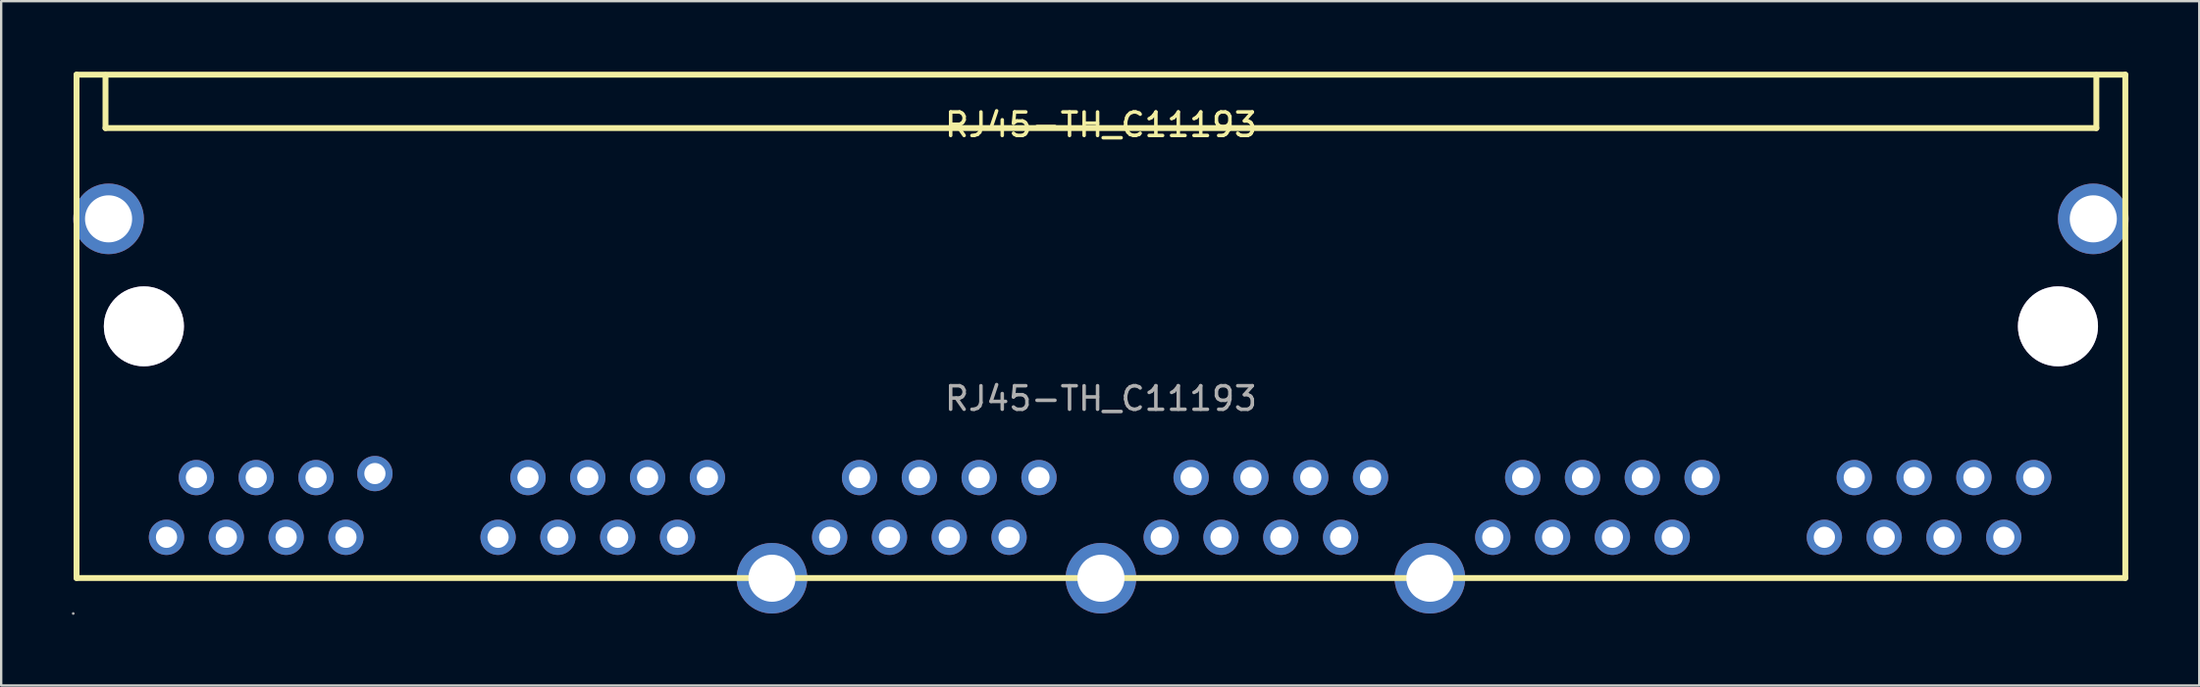
<source format=kicad_pcb>
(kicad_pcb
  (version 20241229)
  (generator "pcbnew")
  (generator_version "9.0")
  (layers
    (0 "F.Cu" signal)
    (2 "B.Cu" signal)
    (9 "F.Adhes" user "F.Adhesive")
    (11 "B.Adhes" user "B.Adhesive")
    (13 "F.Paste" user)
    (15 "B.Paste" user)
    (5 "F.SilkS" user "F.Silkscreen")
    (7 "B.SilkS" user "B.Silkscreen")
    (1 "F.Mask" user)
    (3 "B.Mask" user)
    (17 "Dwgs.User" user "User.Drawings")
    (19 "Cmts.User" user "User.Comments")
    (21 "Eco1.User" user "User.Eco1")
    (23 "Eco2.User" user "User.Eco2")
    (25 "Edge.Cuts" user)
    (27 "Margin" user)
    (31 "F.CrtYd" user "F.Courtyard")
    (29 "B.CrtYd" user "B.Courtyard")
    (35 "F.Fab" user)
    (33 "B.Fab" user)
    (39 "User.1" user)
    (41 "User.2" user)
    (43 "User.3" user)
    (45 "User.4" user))
  (footprint "RJ45-TH_C11193"
    (layer "F.Cu")
    (at 43.7 13.895)
    (property "Reference" "RJ45-TH_C11193" (at 0 -11.64 0) (layer "F.SilkS") (effects (font (size 1 1) (thickness 0.15))))
    (attr through_hole)
    (fp_line (start -43.5 -13.77) (end -43.5 7.63) (stroke (width 0.25) (type solid)) (layer "F.SilkS"))
    (fp_line (start -43.5 -13.77) (end 43.5 -13.77) (stroke (width 0.25) (type solid)) (layer "F.SilkS"))
    (fp_line (start -42.27 -13.75) (end -42.27 -11.5) (stroke (width 0.25) (type solid)) (layer "F.SilkS"))
    (fp_line (start -42.27 -11.5) (end 42.27 -11.5) (stroke (width 0.25) (type solid)) (layer "F.SilkS"))
    (fp_line (start 42.27 -13.75) (end 42.27 -11.5) (stroke (width 0.25) (type solid)) (layer "F.SilkS"))
    (fp_line (start 43.5 7.63) (end -43.5 7.63) (stroke (width 0.25) (type solid)) (layer "F.SilkS"))
    (fp_line (start 43.5 7.63) (end 43.5 -13.77) (stroke (width 0.25) (type solid)) (layer "F.SilkS"))
    (fp_circle (center -43.64 9.14) (end -43.61 9.14) (stroke (width 0.06) (type solid)) (fill no) (layer "F.Fab"))
    (fp_circle (center -42.14 -7.64) (end -41.69 -7.64) (stroke (width 0.9) (type solid)) (fill no) (layer "F.Fab"))
    (fp_circle (center -40.64 -3.07) (end -39.84 -3.07) (stroke (width 1.6) (type solid)) (fill no) (layer "F.Fab"))
    (fp_circle (center -39.68 5.9) (end -39.5 5.9) (stroke (width 0.35) (type solid)) (fill no) (layer "F.Fab"))
    (fp_circle (center -38.41 3.36) (end -38.23 3.36) (stroke (width 0.35) (type solid)) (fill no) (layer "F.Fab"))
    (fp_circle (center -37.14 5.9) (end -36.96 5.9) (stroke (width 0.35) (type solid)) (fill no) (layer "F.Fab"))
    (fp_circle (center -35.87 3.36) (end -35.69 3.36) (stroke (width 0.35) (type solid)) (fill no) (layer "F.Fab"))
    (fp_circle (center -34.6 5.9) (end -34.42 5.9) (stroke (width 0.35) (type solid)) (fill no) (layer "F.Fab"))
    (fp_circle (center -33.33 3.36) (end -33.15 3.36) (stroke (width 0.35) (type solid)) (fill no) (layer "F.Fab"))
    (fp_circle (center -32.06 5.9) (end -31.88 5.9) (stroke (width 0.35) (type solid)) (fill no) (layer "F.Fab"))
    (fp_circle (center -30.83 3.19) (end -30.65 3.19) (stroke (width 0.35) (type solid)) (fill no) (layer "F.Fab"))
    (fp_circle (center -25.6 5.9) (end -25.42 5.9) (stroke (width 0.35) (type solid)) (fill no) (layer "F.Fab"))
    (fp_circle (center -24.33 3.36) (end -24.15 3.36) (stroke (width 0.35) (type solid)) (fill no) (layer "F.Fab"))
    (fp_circle (center -23.06 5.9) (end -22.88 5.9) (stroke (width 0.35) (type solid)) (fill no) (layer "F.Fab"))
    (fp_circle (center -21.79 3.36) (end -21.61 3.36) (stroke (width 0.35) (type solid)) (fill no) (layer "F.Fab"))
    (fp_circle (center -20.52 5.9) (end -20.34 5.9) (stroke (width 0.35) (type solid)) (fill no) (layer "F.Fab"))
    (fp_circle (center -19.25 3.36) (end -19.07 3.36) (stroke (width 0.35) (type solid)) (fill no) (layer "F.Fab"))
    (fp_circle (center -17.98 5.9) (end -17.8 5.9) (stroke (width 0.35) (type solid)) (fill no) (layer "F.Fab"))
    (fp_circle (center -16.71 3.36) (end -16.53 3.36) (stroke (width 0.35) (type solid)) (fill no) (layer "F.Fab"))
    (fp_circle (center -13.97 7.64) (end -13.52 7.64) (stroke (width 0.9) (type solid)) (fill no) (layer "F.Fab"))
    (fp_circle (center -11.52 5.9) (end -11.34 5.9) (stroke (width 0.35) (type solid)) (fill no) (layer "F.Fab"))
    (fp_circle (center -10.25 3.36) (end -10.07 3.36) (stroke (width 0.35) (type solid)) (fill no) (layer "F.Fab"))
    (fp_circle (center -8.98 5.9) (end -8.8 5.9) (stroke (width 0.35) (type solid)) (fill no) (layer "F.Fab"))
    (fp_circle (center -7.71 3.36) (end -7.53 3.36) (stroke (width 0.35) (type solid)) (fill no) (layer "F.Fab"))
    (fp_circle (center -6.44 5.9) (end -6.26 5.9) (stroke (width 0.35) (type solid)) (fill no) (layer "F.Fab"))
    (fp_circle (center -5.17 3.36) (end -4.99 3.36) (stroke (width 0.35) (type solid)) (fill no) (layer "F.Fab"))
    (fp_circle (center -3.9 5.9) (end -3.72 5.9) (stroke (width 0.35) (type solid)) (fill no) (layer "F.Fab"))
    (fp_circle (center -2.63 3.36) (end -2.45 3.36) (stroke (width 0.35) (type solid)) (fill no) (layer "F.Fab"))
    (fp_circle (center 0 7.64) (end 0.45 7.64) (stroke (width 0.9) (type solid)) (fill no) (layer "F.Fab"))
    (fp_circle (center 2.56 5.9) (end 2.74 5.9) (stroke (width 0.35) (type solid)) (fill no) (layer "F.Fab"))
    (fp_circle (center 3.83 3.36) (end 4.01 3.36) (stroke (width 0.35) (type solid)) (fill no) (layer "F.Fab"))
    (fp_circle (center 5.1 5.9) (end 5.28 5.9) (stroke (width 0.35) (type solid)) (fill no) (layer "F.Fab"))
    (fp_circle (center 6.37 3.36) (end 6.55 3.36) (stroke (width 0.35) (type solid)) (fill no) (layer "F.Fab"))
    (fp_circle (center 7.64 5.9) (end 7.82 5.9) (stroke (width 0.35) (type solid)) (fill no) (layer "F.Fab"))
    (fp_circle (center 8.91 3.36) (end 9.09 3.36) (stroke (width 0.35) (type solid)) (fill no) (layer "F.Fab"))
    (fp_circle (center 10.18 5.9) (end 10.36 5.9) (stroke (width 0.35) (type solid)) (fill no) (layer "F.Fab"))
    (fp_circle (center 11.45 3.36) (end 11.63 3.36) (stroke (width 0.35) (type solid)) (fill no) (layer "F.Fab"))
    (fp_circle (center 13.97 7.64) (end 14.42 7.64) (stroke (width 0.9) (type solid)) (fill no) (layer "F.Fab"))
    (fp_circle (center 16.64 5.9) (end 16.82 5.9) (stroke (width 0.35) (type solid)) (fill no) (layer "F.Fab"))
    (fp_circle (center 17.91 3.36) (end 18.09 3.36) (stroke (width 0.35) (type solid)) (fill no) (layer "F.Fab"))
    (fp_circle (center 19.18 5.9) (end 19.36 5.9) (stroke (width 0.35) (type solid)) (fill no) (layer "F.Fab"))
    (fp_circle (center 20.45 3.36) (end 20.63 3.36) (stroke (width 0.35) (type solid)) (fill no) (layer "F.Fab"))
    (fp_circle (center 21.72 5.9) (end 21.9 5.9) (stroke (width 0.35) (type solid)) (fill no) (layer "F.Fab"))
    (fp_circle (center 22.99 3.36) (end 23.17 3.36) (stroke (width 0.35) (type solid)) (fill no) (layer "F.Fab"))
    (fp_circle (center 24.26 5.9) (end 24.44 5.9) (stroke (width 0.35) (type solid)) (fill no) (layer "F.Fab"))
    (fp_circle (center 25.53 3.36) (end 25.71 3.36) (stroke (width 0.35) (type solid)) (fill no) (layer "F.Fab"))
    (fp_circle (center 30.72 5.9) (end 30.9 5.9) (stroke (width 0.35) (type solid)) (fill no) (layer "F.Fab"))
    (fp_circle (center 31.99 3.36) (end 32.17 3.36) (stroke (width 0.35) (type solid)) (fill no) (layer "F.Fab"))
    (fp_circle (center 33.26 5.9) (end 33.44 5.9) (stroke (width 0.35) (type solid)) (fill no) (layer "F.Fab"))
    (fp_circle (center 34.53 3.36) (end 34.71 3.36) (stroke (width 0.35) (type solid)) (fill no) (layer "F.Fab"))
    (fp_circle (center 35.8 5.9) (end 35.98 5.9) (stroke (width 0.35) (type solid)) (fill no) (layer "F.Fab"))
    (fp_circle (center 37.07 3.36) (end 37.25 3.36) (stroke (width 0.35) (type solid)) (fill no) (layer "F.Fab"))
    (fp_circle (center 38.34 5.9) (end 38.52 5.9) (stroke (width 0.35) (type solid)) (fill no) (layer "F.Fab"))
    (fp_circle (center 39.61 3.36) (end 39.79 3.36) (stroke (width 0.35) (type solid)) (fill no) (layer "F.Fab"))
    (fp_circle (center 40.64 -3.07) (end 41.44 -3.07) (stroke (width 1.6) (type solid)) (fill no) (layer "F.Fab"))
    (fp_circle (center 42.14 -7.64) (end 42.59 -7.64) (stroke (width 0.9) (type solid)) (fill no) (layer "F.Fab"))
    (fp_text user "${REFERENCE}" (at 0 0 0) (layer "F.Fab") (effects (font (size 1 1) (thickness 0.15))))
    (pad "" thru_hole circle (at -40.64 -3.07) (size 3.4 3.4) (drill 3.4) (layers "*.Cu" "*.Mask"))
    (pad "" thru_hole circle (at 40.64 -3.07) (size 3.4 3.4) (drill 3.4) (layers "*.Cu" "*.Mask"))
    (pad "0" thru_hole circle (at -42.14 -7.64) (size 3 3) (drill 2) (layers "*.Cu" "*.Paste" "*.Mask"))
    (pad "0" thru_hole circle (at -13.97 7.64) (size 3 3) (drill 2) (layers "*.Cu" "*.Paste" "*.Mask"))
    (pad "0" thru_hole circle (at 0 7.64) (size 3 3) (drill 2) (layers "*.Cu" "*.Paste" "*.Mask"))
    (pad "0" thru_hole circle (at 13.97 7.64) (size 3 3) (drill 2) (layers "*.Cu" "*.Paste" "*.Mask"))
    (pad "0" thru_hole circle (at 42.14 -7.64) (size 3 3) (drill 2) (layers "*.Cu" "*.Paste" "*.Mask"))
    (pad "1" thru_hole circle (at -39.68 5.9) (size 1.5 1.5) (drill 0.9) (layers "*.Cu" "*.Paste" "*.Mask"))
    (pad "2" thru_hole circle (at -38.41 3.36) (size 1.5 1.5) (drill 0.9) (layers "*.Cu" "*.Paste" "*.Mask"))
    (pad "3" thru_hole circle (at -37.14 5.9) (size 1.5 1.5) (drill 0.9) (layers "*.Cu" "*.Paste" "*.Mask"))
    (pad "4" thru_hole circle (at -35.87 3.36) (size 1.5 1.5) (drill 0.9) (layers "*.Cu" "*.Paste" "*.Mask"))
    (pad "5" thru_hole circle (at -34.6 5.9) (size 1.5 1.5) (drill 0.9) (layers "*.Cu" "*.Paste" "*.Mask"))
    (pad "6" thru_hole circle (at -33.33 3.36) (size 1.5 1.5) (drill 0.9) (layers "*.Cu" "*.Paste" "*.Mask"))
    (pad "7" thru_hole circle (at -32.06 5.9) (size 1.5 1.5) (drill 0.9) (layers "*.Cu" "*.Paste" "*.Mask"))
    (pad "8" thru_hole circle (at -30.83 3.19) (size 1.5 1.5) (drill 0.9) (layers "*.Cu" "*.Paste" "*.Mask"))
    (pad "9" thru_hole circle (at -25.6 5.9) (size 1.5 1.5) (drill 0.9) (layers "*.Cu" "*.Paste" "*.Mask"))
    (pad "10" thru_hole circle (at -24.33 3.36) (size 1.5 1.5) (drill 0.9) (layers "*.Cu" "*.Paste" "*.Mask"))
    (pad "11" thru_hole circle (at -23.06 5.9) (size 1.5 1.5) (drill 0.9) (layers "*.Cu" "*.Paste" "*.Mask"))
    (pad "12" thru_hole circle (at -21.79 3.36) (size 1.5 1.5) (drill 0.9) (layers "*.Cu" "*.Paste" "*.Mask"))
    (pad "13" thru_hole circle (at -20.52 5.9) (size 1.5 1.5) (drill 0.9) (layers "*.Cu" "*.Paste" "*.Mask"))
    (pad "14" thru_hole circle (at -19.25 3.36) (size 1.5 1.5) (drill 0.9) (layers "*.Cu" "*.Paste" "*.Mask"))
    (pad "15" thru_hole circle (at -17.98 5.9) (size 1.5 1.5) (drill 0.9) (layers "*.Cu" "*.Paste" "*.Mask"))
    (pad "16" thru_hole circle (at -16.71 3.36) (size 1.5 1.5) (drill 0.9) (layers "*.Cu" "*.Paste" "*.Mask"))
    (pad "17" thru_hole circle (at -11.52 5.9) (size 1.5 1.5) (drill 0.9) (layers "*.Cu" "*.Paste" "*.Mask"))
    (pad "18" thru_hole circle (at -10.25 3.36) (size 1.5 1.5) (drill 0.9) (layers "*.Cu" "*.Paste" "*.Mask"))
    (pad "19" thru_hole circle (at -8.98 5.9) (size 1.5 1.5) (drill 0.9) (layers "*.Cu" "*.Paste" "*.Mask"))
    (pad "20" thru_hole circle (at -7.71 3.36) (size 1.5 1.5) (drill 0.9) (layers "*.Cu" "*.Paste" "*.Mask"))
    (pad "21" thru_hole circle (at -6.44 5.9) (size 1.5 1.5) (drill 0.9) (layers "*.Cu" "*.Paste" "*.Mask"))
    (pad "22" thru_hole circle (at -5.17 3.36) (size 1.5 1.5) (drill 0.9) (layers "*.Cu" "*.Paste" "*.Mask"))
    (pad "23" thru_hole circle (at -3.9 5.9) (size 1.5 1.5) (drill 0.9) (layers "*.Cu" "*.Paste" "*.Mask"))
    (pad "24" thru_hole circle (at -2.63 3.36) (size 1.5 1.5) (drill 0.9) (layers "*.Cu" "*.Paste" "*.Mask"))
    (pad "25" thru_hole circle (at 2.56 5.9) (size 1.5 1.5) (drill 0.9) (layers "*.Cu" "*.Paste" "*.Mask"))
    (pad "26" thru_hole circle (at 3.83 3.36) (size 1.5 1.5) (drill 0.9) (layers "*.Cu" "*.Paste" "*.Mask"))
    (pad "27" thru_hole circle (at 5.1 5.9) (size 1.5 1.5) (drill 0.9) (layers "*.Cu" "*.Paste" "*.Mask"))
    (pad "28" thru_hole circle (at 6.37 3.36) (size 1.5 1.5) (drill 0.9) (layers "*.Cu" "*.Paste" "*.Mask"))
    (pad "29" thru_hole circle (at 7.64 5.9) (size 1.5 1.5) (drill 0.9) (layers "*.Cu" "*.Paste" "*.Mask"))
    (pad "30" thru_hole circle (at 8.91 3.36) (size 1.5 1.5) (drill 0.9) (layers "*.Cu" "*.Paste" "*.Mask"))
    (pad "31" thru_hole circle (at 10.18 5.9) (size 1.5 1.5) (drill 0.9) (layers "*.Cu" "*.Paste" "*.Mask"))
    (pad "32" thru_hole circle (at 11.45 3.36) (size 1.5 1.5) (drill 0.9) (layers "*.Cu" "*.Paste" "*.Mask"))
    (pad "33" thru_hole circle (at 16.64 5.9) (size 1.5 1.5) (drill 0.9) (layers "*.Cu" "*.Paste" "*.Mask"))
    (pad "34" thru_hole circle (at 17.91 3.36) (size 1.5 1.5) (drill 0.9) (layers "*.Cu" "*.Paste" "*.Mask"))
    (pad "35" thru_hole circle (at 19.18 5.9) (size 1.5 1.5) (drill 0.9) (layers "*.Cu" "*.Paste" "*.Mask"))
    (pad "36" thru_hole circle (at 20.45 3.36) (size 1.5 1.5) (drill 0.9) (layers "*.Cu" "*.Paste" "*.Mask"))
    (pad "37" thru_hole circle (at 21.72 5.9) (size 1.5 1.5) (drill 0.9) (layers "*.Cu" "*.Paste" "*.Mask"))
    (pad "38" thru_hole circle (at 22.99 3.36) (size 1.5 1.5) (drill 0.9) (layers "*.Cu" "*.Paste" "*.Mask"))
    (pad "39" thru_hole circle (at 24.26 5.9) (size 1.5 1.5) (drill 0.9) (layers "*.Cu" "*.Paste" "*.Mask"))
    (pad "40" thru_hole circle (at 25.53 3.36) (size 1.5 1.5) (drill 0.9) (layers "*.Cu" "*.Paste" "*.Mask"))
    (pad "41" thru_hole circle (at 30.72 5.9) (size 1.5 1.5) (drill 0.9) (layers "*.Cu" "*.Paste" "*.Mask"))
    (pad "42" thru_hole circle (at 31.99 3.36) (size 1.5 1.5) (drill 0.9) (layers "*.Cu" "*.Paste" "*.Mask"))
    (pad "43" thru_hole circle (at 33.26 5.9) (size 1.5 1.5) (drill 0.9) (layers "*.Cu" "*.Paste" "*.Mask"))
    (pad "44" thru_hole circle (at 34.53 3.36) (size 1.5 1.5) (drill 0.9) (layers "*.Cu" "*.Paste" "*.Mask"))
    (pad "45" thru_hole circle (at 35.8 5.9) (size 1.5 1.5) (drill 0.9) (layers "*.Cu" "*.Paste" "*.Mask"))
    (pad "46" thru_hole circle (at 37.07 3.36) (size 1.5 1.5) (drill 0.9) (layers "*.Cu" "*.Paste" "*.Mask"))
    (pad "47" thru_hole circle (at 38.34 5.9) (size 1.5 1.5) (drill 0.9) (layers "*.Cu" "*.Paste" "*.Mask"))
    (pad "48" thru_hole circle (at 39.61 3.36) (size 1.5 1.5) (drill 0.9) (layers "*.Cu" "*.Paste" "*.Mask")))
  (gr_rect
    (start -3 -3)
    (end 90.34 26.095)
    (stroke (width 0.1) (type default))
    (fill no)
    (layer "Edge.Cuts")))
</source>
